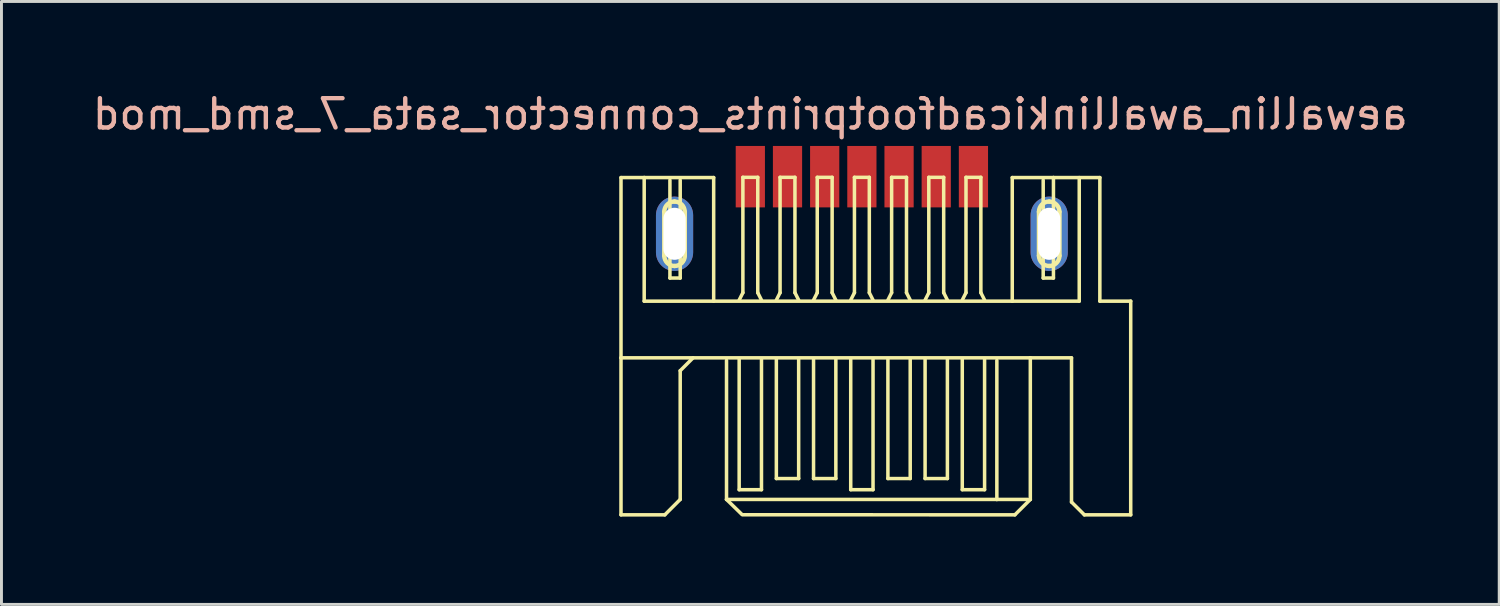
<source format=kicad_pcb>
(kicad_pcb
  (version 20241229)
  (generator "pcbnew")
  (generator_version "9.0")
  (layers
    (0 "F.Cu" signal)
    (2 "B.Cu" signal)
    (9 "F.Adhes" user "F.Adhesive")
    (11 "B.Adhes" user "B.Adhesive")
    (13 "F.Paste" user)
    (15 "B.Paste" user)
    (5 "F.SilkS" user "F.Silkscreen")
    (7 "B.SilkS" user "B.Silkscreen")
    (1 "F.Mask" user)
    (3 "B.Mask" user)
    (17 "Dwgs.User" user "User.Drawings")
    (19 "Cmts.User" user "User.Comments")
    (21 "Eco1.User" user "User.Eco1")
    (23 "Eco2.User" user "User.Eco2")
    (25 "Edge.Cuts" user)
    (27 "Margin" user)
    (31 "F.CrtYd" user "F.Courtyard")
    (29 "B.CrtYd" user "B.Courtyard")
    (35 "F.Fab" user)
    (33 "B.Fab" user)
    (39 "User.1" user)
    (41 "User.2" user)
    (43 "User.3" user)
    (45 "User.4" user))
  (footprint "aewallin_awallinkicadfootprints_connector_sata_7_smd_mod"
    (layer "F.Cu")
    (at 26.387 14.183)
    (property "Reference" "aewallin_awallinkicadfootprints_connector_sata_7_smd_mod" (at -3.81 -13.335 0) (layer "B.SilkS") (effects (font (size 1 1) (thickness 0.15)) (justify mirror)))
    (attr smd)
    (fp_line (start -8.227 -11.168) (end -7.435 -11.168) (stroke (width 0.12) (type solid)) (layer "F.SilkS"))
    (fp_line (start -8.227 -5.011) (end -8.227 -11.168) (stroke (width 0.12) (type solid)) (layer "F.SilkS"))
    (fp_line (start -8.227 -5.011) (end 5.753 -5.011) (stroke (width 0.12) (type solid)) (layer "F.SilkS"))
    (fp_line (start -8.227 0.351) (end -8.227 -5.011) (stroke (width 0.12) (type solid)) (layer "F.SilkS"))
    (fp_line (start -7.435 -11.168) (end -7.435 -6.947) (stroke (width 0.12) (type solid)) (layer "F.SilkS"))
    (fp_line (start -7.435 -11.168) (end -5.062 -11.168) (stroke (width 0.12) (type solid)) (layer "F.SilkS"))
    (fp_line (start -7.435 -6.947) (end 5.136 -6.947) (stroke (width 0.12) (type solid)) (layer "F.SilkS"))
    (fp_line (start -6.749 -8.499) (end -6.749 -10) (stroke (width 0.15) (type solid)) (layer "F.SilkS"))
    (fp_line (start -6.731 0.351) (end -8.227 0.351) (stroke (width 0.12) (type solid)) (layer "F.SilkS"))
    (fp_line (start -6.556 -11.079) (end -6.556 -7.737) (stroke (width 0.12) (type solid)) (layer "F.SilkS"))
    (fp_line (start -6.556 -7.737) (end -6.205 -7.737) (stroke (width 0.12) (type solid)) (layer "F.SilkS"))
    (fp_line (start -6.205 -7.737) (end -6.205 -11.079) (stroke (width 0.12) (type solid)) (layer "F.SilkS"))
    (fp_line (start -6.205 -4.572) (end -5.766 -5.011) (stroke (width 0.12) (type solid)) (layer "F.SilkS"))
    (fp_line (start -6.205 -0.175) (end -6.731 0.351) (stroke (width 0.12) (type solid)) (layer "F.SilkS"))
    (fp_line (start -6.205 -0.175) (end -6.205 -4.572) (stroke (width 0.12) (type solid)) (layer "F.SilkS"))
    (fp_line (start -6.048 -10) (end -6.048 -8.499) (stroke (width 0.15) (type solid)) (layer "F.SilkS"))
    (fp_line (start -5.062 -11.168) (end -5.062 -6.947) (stroke (width 0.12) (type solid)) (layer "F.SilkS"))
    (fp_line (start -4.623 -0.175) (end -4.623 -4.923) (stroke (width 0.12) (type solid)) (layer "F.SilkS"))
    (fp_line (start -4.191 -6.985) (end -4.064 -7.236) (stroke (width 0.12) (type solid)) (layer "F.SilkS"))
    (fp_line (start -4.191 -0.508) (end -4.191 -4.953) (stroke (width 0.12) (type solid)) (layer "F.SilkS"))
    (fp_line (start -4.097 0.338) (end -4.623 -0.175) (stroke (width 0.12) (type solid)) (layer "F.SilkS"))
    (fp_line (start -4.064 -11.176) (end -3.556 -11.176) (stroke (width 0.12) (type solid)) (layer "F.SilkS"))
    (fp_line (start -4.064 -7.236) (end -4.064 -11.176) (stroke (width 0.12) (type solid)) (layer "F.SilkS"))
    (fp_line (start -3.556 -11.176) (end -3.556 -7.236) (stroke (width 0.12) (type solid)) (layer "F.SilkS"))
    (fp_line (start -3.556 -7.236) (end -3.429 -6.985) (stroke (width 0.12) (type solid)) (layer "F.SilkS"))
    (fp_line (start -3.429 -4.953) (end -3.429 -0.508) (stroke (width 0.12) (type solid)) (layer "F.SilkS"))
    (fp_line (start -3.429 -0.508) (end -4.191 -0.508) (stroke (width 0.12) (type solid)) (layer "F.SilkS"))
    (fp_line (start -2.921 -6.985) (end -2.794 -7.236) (stroke (width 0.12) (type solid)) (layer "F.SilkS"))
    (fp_line (start -2.921 -4.953) (end -2.921 -0.889) (stroke (width 0.12) (type solid)) (layer "F.SilkS"))
    (fp_line (start -2.921 -0.889) (end -2.159 -0.889) (stroke (width 0.12) (type solid)) (layer "F.SilkS"))
    (fp_line (start -2.794 -11.176) (end -2.286 -11.176) (stroke (width 0.12) (type solid)) (layer "F.SilkS"))
    (fp_line (start -2.794 -7.236) (end -2.794 -11.176) (stroke (width 0.12) (type solid)) (layer "F.SilkS"))
    (fp_line (start -2.286 -11.176) (end -2.286 -7.236) (stroke (width 0.12) (type solid)) (layer "F.SilkS"))
    (fp_line (start -2.286 -7.236) (end -2.159 -6.985) (stroke (width 0.12) (type solid)) (layer "F.SilkS"))
    (fp_line (start -2.159 -0.889) (end -2.159 -4.953) (stroke (width 0.12) (type solid)) (layer "F.SilkS"))
    (fp_line (start -1.651 -6.985) (end -1.524 -7.236) (stroke (width 0.12) (type solid)) (layer "F.SilkS"))
    (fp_line (start -1.651 -4.953) (end -1.651 -0.889) (stroke (width 0.12) (type solid)) (layer "F.SilkS"))
    (fp_line (start -1.651 -0.889) (end -0.889 -0.889) (stroke (width 0.12) (type solid)) (layer "F.SilkS"))
    (fp_line (start -1.524 -11.176) (end -1.016 -11.176) (stroke (width 0.12) (type solid)) (layer "F.SilkS"))
    (fp_line (start -1.524 -7.236) (end -1.524 -11.176) (stroke (width 0.12) (type solid)) (layer "F.SilkS"))
    (fp_line (start -1.016 -11.176) (end -1.016 -7.236) (stroke (width 0.12) (type solid)) (layer "F.SilkS"))
    (fp_line (start -1.016 -7.236) (end -0.889 -6.985) (stroke (width 0.12) (type solid)) (layer "F.SilkS"))
    (fp_line (start -0.889 -0.889) (end -0.889 -4.953) (stroke (width 0.12) (type solid)) (layer "F.SilkS"))
    (fp_line (start -0.381 -6.985) (end -0.254 -7.236) (stroke (width 0.12) (type solid)) (layer "F.SilkS"))
    (fp_line (start -0.381 -4.953) (end -0.381 -0.508) (stroke (width 0.12) (type solid)) (layer "F.SilkS"))
    (fp_line (start -0.381 -0.508) (end 0.381 -0.508) (stroke (width 0.12) (type solid)) (layer "F.SilkS"))
    (fp_line (start -0.254 -11.176) (end 0.254 -11.176) (stroke (width 0.12) (type solid)) (layer "F.SilkS"))
    (fp_line (start -0.254 -7.236) (end -0.254 -11.176) (stroke (width 0.12) (type solid)) (layer "F.SilkS"))
    (fp_line (start 0.254 -11.176) (end 0.254 -7.236) (stroke (width 0.12) (type solid)) (layer "F.SilkS"))
    (fp_line (start 0.254 -7.236) (end 0.381 -6.985) (stroke (width 0.12) (type solid)) (layer "F.SilkS"))
    (fp_line (start 0.381 -0.508) (end 0.381 -4.953) (stroke (width 0.12) (type solid)) (layer "F.SilkS"))
    (fp_line (start 0.889 -6.985) (end 1.016 -7.236) (stroke (width 0.12) (type solid)) (layer "F.SilkS"))
    (fp_line (start 0.889 -4.953) (end 0.889 -0.889) (stroke (width 0.12) (type solid)) (layer "F.SilkS"))
    (fp_line (start 0.889 -0.889) (end 1.651 -0.889) (stroke (width 0.12) (type solid)) (layer "F.SilkS"))
    (fp_line (start 1.016 -11.176) (end 1.524 -11.176) (stroke (width 0.12) (type solid)) (layer "F.SilkS"))
    (fp_line (start 1.016 -7.236) (end 1.016 -11.176) (stroke (width 0.12) (type solid)) (layer "F.SilkS"))
    (fp_line (start 1.524 -11.176) (end 1.524 -7.236) (stroke (width 0.12) (type solid)) (layer "F.SilkS"))
    (fp_line (start 1.524 -7.236) (end 1.651 -6.985) (stroke (width 0.12) (type solid)) (layer "F.SilkS"))
    (fp_line (start 1.651 -0.889) (end 1.651 -4.953) (stroke (width 0.12) (type solid)) (layer "F.SilkS"))
    (fp_line (start 2.159 -6.985) (end 2.286 -7.236) (stroke (width 0.12) (type solid)) (layer "F.SilkS"))
    (fp_line (start 2.159 -4.953) (end 2.159 -0.889) (stroke (width 0.12) (type solid)) (layer "F.SilkS"))
    (fp_line (start 2.159 -0.889) (end 2.921 -0.889) (stroke (width 0.12) (type solid)) (layer "F.SilkS"))
    (fp_line (start 2.286 -11.176) (end 2.794 -11.176) (stroke (width 0.12) (type solid)) (layer "F.SilkS"))
    (fp_line (start 2.286 -7.236) (end 2.286 -11.176) (stroke (width 0.12) (type solid)) (layer "F.SilkS"))
    (fp_line (start 2.794 -11.176) (end 2.794 -7.236) (stroke (width 0.12) (type solid)) (layer "F.SilkS"))
    (fp_line (start 2.794 -7.236) (end 2.921 -6.985) (stroke (width 0.12) (type solid)) (layer "F.SilkS"))
    (fp_line (start 2.921 -0.889) (end 2.921 -4.953) (stroke (width 0.12) (type solid)) (layer "F.SilkS"))
    (fp_line (start 3.429 -6.985) (end 3.556 -7.236) (stroke (width 0.12) (type solid)) (layer "F.SilkS"))
    (fp_line (start 3.429 -4.953) (end 3.429 -0.508) (stroke (width 0.12) (type solid)) (layer "F.SilkS"))
    (fp_line (start 3.429 -0.508) (end 4.191 -0.508) (stroke (width 0.12) (type solid)) (layer "F.SilkS"))
    (fp_line (start 3.556 -11.176) (end 4.064 -11.176) (stroke (width 0.12) (type solid)) (layer "F.SilkS"))
    (fp_line (start 3.556 -7.236) (end 3.556 -11.176) (stroke (width 0.12) (type solid)) (layer "F.SilkS"))
    (fp_line (start 4.064 -11.176) (end 4.064 -7.236) (stroke (width 0.12) (type solid)) (layer "F.SilkS"))
    (fp_line (start 4.064 -7.236) (end 4.191 -6.985) (stroke (width 0.12) (type solid)) (layer "F.SilkS"))
    (fp_line (start 4.191 -0.508) (end 4.191 -4.953) (stroke (width 0.12) (type solid)) (layer "F.SilkS"))
    (fp_line (start 4.61 -0.175) (end -4.623 -0.175) (stroke (width 0.12) (type solid)) (layer "F.SilkS"))
    (fp_line (start 4.61 -0.175) (end 4.61 -4.923) (stroke (width 0.12) (type solid)) (layer "F.SilkS"))
    (fp_line (start 5.136 -11.168) (end 6.543 -11.168) (stroke (width 0.12) (type solid)) (layer "F.SilkS"))
    (fp_line (start 5.136 -6.947) (end 5.136 -11.168) (stroke (width 0.12) (type solid)) (layer "F.SilkS"))
    (fp_line (start 5.136 -6.947) (end 7.424 -6.947) (stroke (width 0.12) (type solid)) (layer "F.SilkS"))
    (fp_line (start 5.225 0.351) (end -4.074 0.348) (stroke (width 0.12) (type solid)) (layer "F.SilkS"))
    (fp_line (start 5.664 -0.175) (end 4.61 -0.175) (stroke (width 0.12) (type solid)) (layer "F.SilkS"))
    (fp_line (start 5.753 -5.011) (end 5.753 -0.175) (stroke (width 0.12) (type solid)) (layer "F.SilkS"))
    (fp_line (start 5.753 -0.175) (end 5.225 0.351) (stroke (width 0.12) (type solid)) (layer "F.SilkS"))
    (fp_line (start 5.753 -0.175) (end 5.753 -0.175) (stroke (width 0.12) (type solid)) (layer "F.SilkS"))
    (fp_line (start 6.048 -8.499) (end 6.048 -10) (stroke (width 0.15) (type solid)) (layer "F.SilkS"))
    (fp_line (start 6.193 -11.079) (end 6.193 -7.737) (stroke (width 0.12) (type solid)) (layer "F.SilkS"))
    (fp_line (start 6.193 -7.737) (end 6.543 -7.737) (stroke (width 0.12) (type solid)) (layer "F.SilkS"))
    (fp_line (start 6.543 -11.168) (end 8.128 -11.168) (stroke (width 0.12) (type solid)) (layer "F.SilkS"))
    (fp_line (start 6.543 -7.737) (end 6.543 -11.168) (stroke (width 0.12) (type solid)) (layer "F.SilkS"))
    (fp_line (start 6.749 -10) (end 6.749 -8.499) (stroke (width 0.15) (type solid)) (layer "F.SilkS"))
    (fp_line (start 7.16 -5.011) (end 5.753 -5.011) (stroke (width 0.12) (type solid)) (layer "F.SilkS"))
    (fp_line (start 7.16 -0.086) (end 7.16 -5.011) (stroke (width 0.12) (type solid)) (layer "F.SilkS"))
    (fp_line (start 7.424 -6.947) (end 7.424 -11.168) (stroke (width 0.12) (type solid)) (layer "F.SilkS"))
    (fp_line (start 7.6 0.351) (end 7.16 -0.086) (stroke (width 0.12) (type solid)) (layer "F.SilkS"))
    (fp_line (start 8.128 -11.168) (end 8.128 -6.947) (stroke (width 0.12) (type solid)) (layer "F.SilkS"))
    (fp_line (start 8.128 -6.947) (end 9.182 -6.947) (stroke (width 0.12) (type solid)) (layer "F.SilkS"))
    (fp_line (start 9.182 -6.947) (end 9.182 0.351) (stroke (width 0.12) (type solid)) (layer "F.SilkS"))
    (fp_line (start 9.182 0.351) (end 7.6 0.351) (stroke (width 0.12) (type solid)) (layer "F.SilkS"))
    (fp_arc (start -6.74878 -9.99998) (mid -6.646115 -10.247835) (end -6.39826 -10.3505) (stroke (width 0.15) (type solid)) (layer "F.SilkS"))
    (fp_arc (start -6.39826 -10.34796) (mid -6.152201 -10.246039) (end -6.05028 -9.99998) (stroke (width 0.15) (type solid)) (layer "F.SilkS"))
    (fp_arc (start -6.39826 -8.14832) (mid -6.646115 -8.250985) (end -6.74878 -8.49884) (stroke (width 0.15) (type solid)) (layer "F.SilkS"))
    (fp_arc (start -6.04774 -8.49884) (mid -6.150405 -8.250985) (end -6.39826 -8.14832) (stroke (width 0.15) (type solid)) (layer "F.SilkS"))
    (fp_arc (start 6.04774 -9.99998) (mid 6.150405 -10.247835) (end 6.39826 -10.3505) (stroke (width 0.15) (type solid)) (layer "F.SilkS"))
    (fp_arc (start 6.39826 -10.34796) (mid 6.644319 -10.246039) (end 6.74624 -9.99998) (stroke (width 0.15) (type solid)) (layer "F.SilkS"))
    (fp_arc (start 6.39826 -8.14832) (mid 6.150405 -8.250985) (end 6.04774 -8.49884) (stroke (width 0.15) (type solid)) (layer "F.SilkS"))
    (fp_arc (start 6.74878 -8.49884) (mid 6.646115 -8.250985) (end 6.39826 -8.14832) (stroke (width 0.15) (type solid)) (layer "F.SilkS"))
    (pad "1" smd rect (at -3.81 -11.199) (size 0.998 2.098) (layers "F.Cu" "F.Mask" "F.Paste"))
    (pad "2" smd rect (at -2.54 -11.199) (size 0.998 2.098) (layers "F.Cu" "F.Mask" "F.Paste"))
    (pad "3" smd rect (at -1.27 -11.199) (size 0.998 2.098) (layers "F.Cu" "F.Mask" "F.Paste"))
    (pad "4" smd rect (at 0 -11.199) (size 0.998 2.098) (layers "F.Cu" "F.Mask" "F.Paste"))
    (pad "5" smd rect (at 1.27 -11.199) (size 0.998 2.098) (layers "F.Cu" "F.Mask" "F.Paste"))
    (pad "6" smd rect (at 2.54 -11.199) (size 0.998 2.098) (layers "F.Cu" "F.Mask" "F.Paste"))
    (pad "7" smd rect (at 3.81 -11.199) (size 0.998 2.098) (layers "F.Cu" "F.Mask" "F.Paste"))
    (pad "M1" thru_hole oval (at -6.398 -9.248) (size 1.27 2.54) (drill oval 0.762 1.778) (layers "*.Cu" "F.Mask" "F.Paste"))
    (pad "M2" thru_hole oval (at 6.398 -9.248) (size 1.27 2.54) (drill oval 0.762 1.778) (layers "*.Cu" "F.Mask" "F.Paste")))
  (gr_rect
    (start -3 -3)
    (end 48.155 17.594)
    (stroke (width 0.1) (type default))
    (fill no)
    (layer "Edge.Cuts")))
</source>
